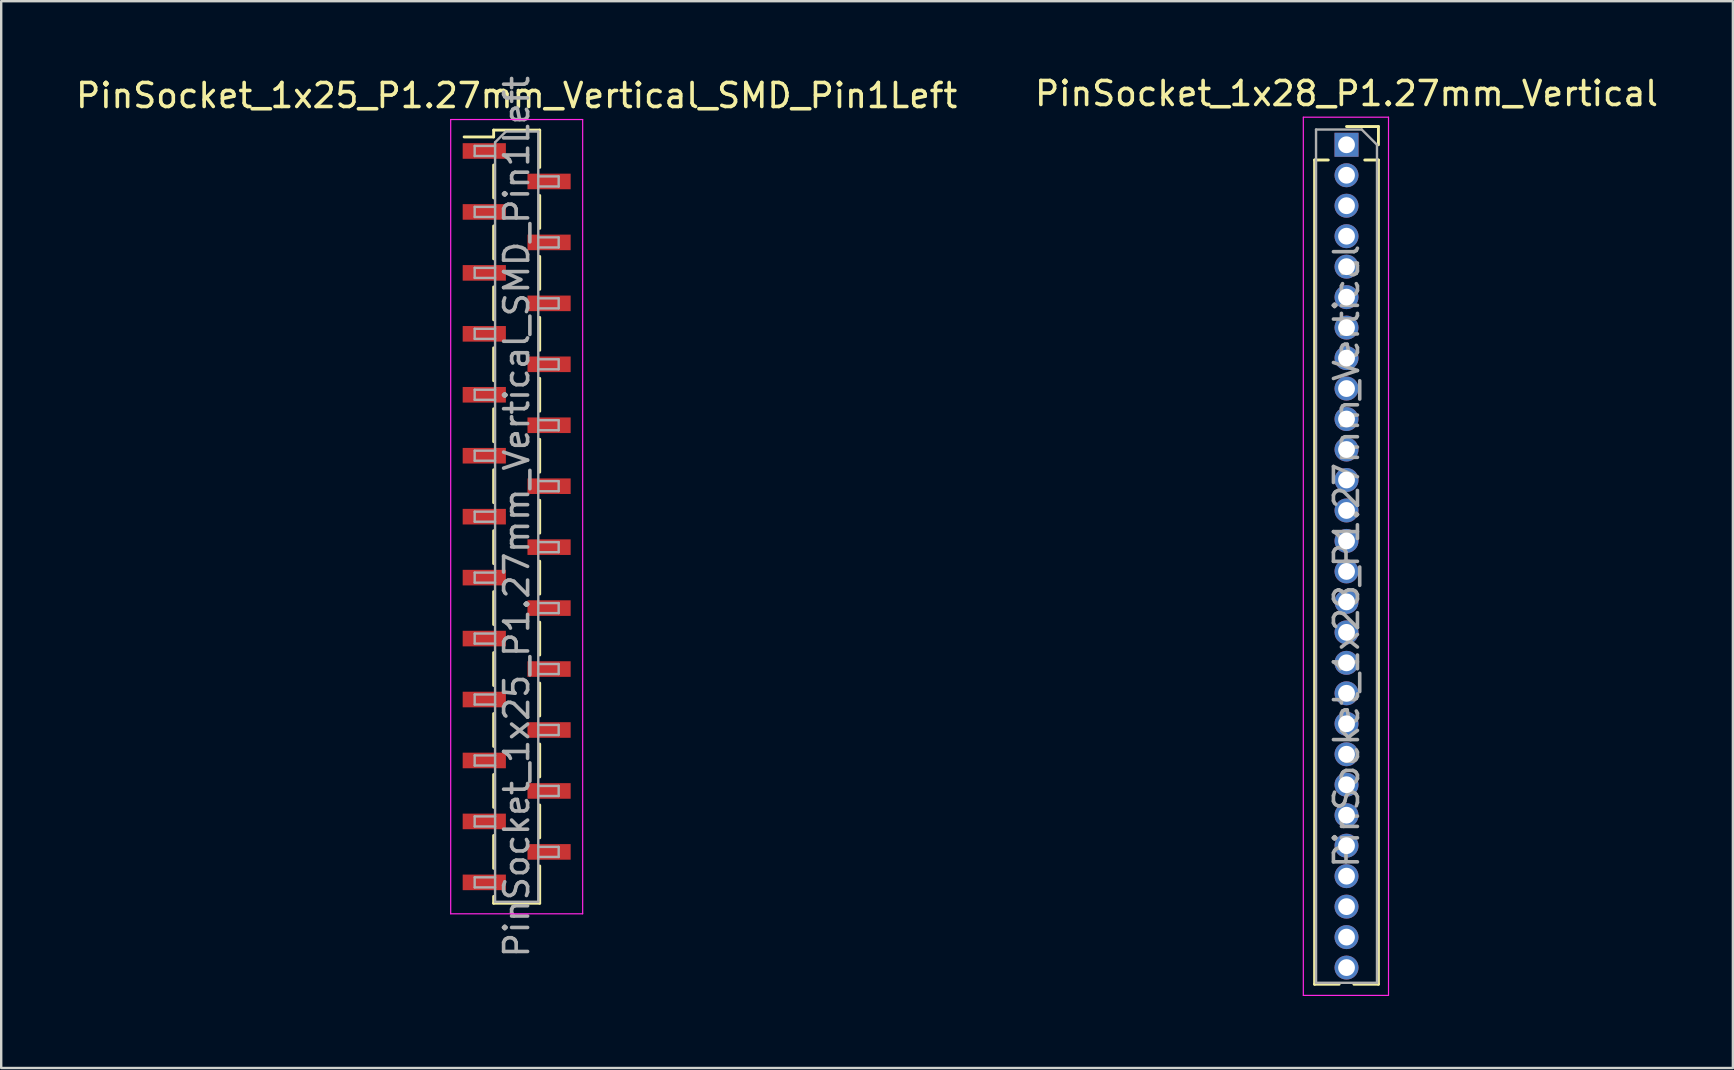
<source format=kicad_pcb>
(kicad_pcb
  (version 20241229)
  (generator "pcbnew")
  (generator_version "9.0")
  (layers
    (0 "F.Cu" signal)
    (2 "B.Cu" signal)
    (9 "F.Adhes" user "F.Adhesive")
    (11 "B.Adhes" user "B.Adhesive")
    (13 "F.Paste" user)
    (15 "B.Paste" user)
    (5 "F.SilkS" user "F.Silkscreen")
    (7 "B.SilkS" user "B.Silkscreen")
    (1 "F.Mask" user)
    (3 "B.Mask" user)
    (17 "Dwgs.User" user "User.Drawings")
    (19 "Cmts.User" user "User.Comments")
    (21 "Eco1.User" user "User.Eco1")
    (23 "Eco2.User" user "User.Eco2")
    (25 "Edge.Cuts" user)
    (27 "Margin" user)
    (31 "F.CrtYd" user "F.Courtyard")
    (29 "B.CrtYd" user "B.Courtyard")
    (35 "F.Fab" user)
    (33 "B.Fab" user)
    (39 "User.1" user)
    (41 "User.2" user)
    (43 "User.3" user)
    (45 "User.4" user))
  (footprint "PinSocket_1x25_P1.27mm_Vertical_SMD_Pin1Left"
    (layer "F.Cu")
    (at 18.482 18.482)
    (property "Reference" "PinSocket_1x25_P1.27mm_Vertical_SMD_Pin1Left" (at 0 -17.55 0) (layer "F.SilkS") (effects (font (size 1 1) (thickness 0.15))))
    (attr smd)
    (fp_line (start -2.19 -15.825) (end -0.96 -15.825) (stroke (width 0.12) (type solid)) (layer "F.SilkS"))
    (fp_line (start -0.96 -16.11) (end -0.96 -15.825) (stroke (width 0.12) (type solid)) (layer "F.SilkS"))
    (fp_line (start -0.96 -16.11) (end 0.96 -16.11) (stroke (width 0.12) (type solid)) (layer "F.SilkS"))
    (fp_line (start -0.96 -14.655) (end -0.96 -13.285) (stroke (width 0.12) (type solid)) (layer "F.SilkS"))
    (fp_line (start -0.96 -12.115) (end -0.96 -10.745) (stroke (width 0.12) (type solid)) (layer "F.SilkS"))
    (fp_line (start -0.96 -9.575) (end -0.96 -8.205) (stroke (width 0.12) (type solid)) (layer "F.SilkS"))
    (fp_line (start -0.96 -7.035) (end -0.96 -5.665) (stroke (width 0.12) (type solid)) (layer "F.SilkS"))
    (fp_line (start -0.96 -4.495) (end -0.96 -3.125) (stroke (width 0.12) (type solid)) (layer "F.SilkS"))
    (fp_line (start -0.96 -1.955) (end -0.96 -0.585) (stroke (width 0.12) (type solid)) (layer "F.SilkS"))
    (fp_line (start -0.96 0.585) (end -0.96 1.955) (stroke (width 0.12) (type solid)) (layer "F.SilkS"))
    (fp_line (start -0.96 3.125) (end -0.96 4.495) (stroke (width 0.12) (type solid)) (layer "F.SilkS"))
    (fp_line (start -0.96 5.665) (end -0.96 7.035) (stroke (width 0.12) (type solid)) (layer "F.SilkS"))
    (fp_line (start -0.96 8.205) (end -0.96 9.575) (stroke (width 0.12) (type solid)) (layer "F.SilkS"))
    (fp_line (start -0.96 10.745) (end -0.96 12.115) (stroke (width 0.12) (type solid)) (layer "F.SilkS"))
    (fp_line (start -0.96 13.285) (end -0.96 14.655) (stroke (width 0.12) (type solid)) (layer "F.SilkS"))
    (fp_line (start -0.96 15.825) (end -0.96 16.11) (stroke (width 0.12) (type solid)) (layer "F.SilkS"))
    (fp_line (start -0.96 16.11) (end 0.96 16.11) (stroke (width 0.12) (type solid)) (layer "F.SilkS"))
    (fp_line (start 0.96 -16.11) (end 0.96 -14.555) (stroke (width 0.12) (type solid)) (layer "F.SilkS"))
    (fp_line (start 0.96 -13.385) (end 0.96 -12.015) (stroke (width 0.12) (type solid)) (layer "F.SilkS"))
    (fp_line (start 0.96 -10.845) (end 0.96 -9.475) (stroke (width 0.12) (type solid)) (layer "F.SilkS"))
    (fp_line (start 0.96 -8.305) (end 0.96 -6.935) (stroke (width 0.12) (type solid)) (layer "F.SilkS"))
    (fp_line (start 0.96 -5.765) (end 0.96 -4.395) (stroke (width 0.12) (type solid)) (layer "F.SilkS"))
    (fp_line (start 0.96 -3.225) (end 0.96 -1.855) (stroke (width 0.12) (type solid)) (layer "F.SilkS"))
    (fp_line (start 0.96 -0.685) (end 0.96 0.685) (stroke (width 0.12) (type solid)) (layer "F.SilkS"))
    (fp_line (start 0.96 1.855) (end 0.96 3.225) (stroke (width 0.12) (type solid)) (layer "F.SilkS"))
    (fp_line (start 0.96 4.395) (end 0.96 5.765) (stroke (width 0.12) (type solid)) (layer "F.SilkS"))
    (fp_line (start 0.96 6.935) (end 0.96 8.305) (stroke (width 0.12) (type solid)) (layer "F.SilkS"))
    (fp_line (start 0.96 9.475) (end 0.96 10.845) (stroke (width 0.12) (type solid)) (layer "F.SilkS"))
    (fp_line (start 0.96 12.015) (end 0.96 13.385) (stroke (width 0.12) (type solid)) (layer "F.SilkS"))
    (fp_line (start 0.96 14.555) (end 0.96 16.11) (stroke (width 0.12) (type solid)) (layer "F.SilkS"))
    (fp_line (start -2.75 -16.55) (end 2.75 -16.55) (stroke (width 0.05) (type solid)) (layer "F.CrtYd"))
    (fp_line (start -2.75 16.55) (end -2.75 -16.55) (stroke (width 0.05) (type solid)) (layer "F.CrtYd"))
    (fp_line (start 2.75 -16.55) (end 2.75 16.55) (stroke (width 0.05) (type solid)) (layer "F.CrtYd"))
    (fp_line (start 2.75 16.55) (end -2.75 16.55) (stroke (width 0.05) (type solid)) (layer "F.CrtYd"))
    (fp_line (start -1.75 -15.45) (end -0.9 -15.45) (stroke (width 0.1) (type solid)) (layer "F.Fab"))
    (fp_line (start -1.75 -15.03) (end -1.75 -15.45) (stroke (width 0.1) (type solid)) (layer "F.Fab"))
    (fp_line (start -1.75 -12.91) (end -0.9 -12.91) (stroke (width 0.1) (type solid)) (layer "F.Fab"))
    (fp_line (start -1.75 -12.49) (end -1.75 -12.91) (stroke (width 0.1) (type solid)) (layer "F.Fab"))
    (fp_line (start -1.75 -10.37) (end -0.9 -10.37) (stroke (width 0.1) (type solid)) (layer "F.Fab"))
    (fp_line (start -1.75 -9.95) (end -1.75 -10.37) (stroke (width 0.1) (type solid)) (layer "F.Fab"))
    (fp_line (start -1.75 -7.83) (end -0.9 -7.83) (stroke (width 0.1) (type solid)) (layer "F.Fab"))
    (fp_line (start -1.75 -7.41) (end -1.75 -7.83) (stroke (width 0.1) (type solid)) (layer "F.Fab"))
    (fp_line (start -1.75 -5.29) (end -0.9 -5.29) (stroke (width 0.1) (type solid)) (layer "F.Fab"))
    (fp_line (start -1.75 -4.87) (end -1.75 -5.29) (stroke (width 0.1) (type solid)) (layer "F.Fab"))
    (fp_line (start -1.75 -2.75) (end -0.9 -2.75) (stroke (width 0.1) (type solid)) (layer "F.Fab"))
    (fp_line (start -1.75 -2.33) (end -1.75 -2.75) (stroke (width 0.1) (type solid)) (layer "F.Fab"))
    (fp_line (start -1.75 -0.21) (end -0.9 -0.21) (stroke (width 0.1) (type solid)) (layer "F.Fab"))
    (fp_line (start -1.75 0.21) (end -1.75 -0.21) (stroke (width 0.1) (type solid)) (layer "F.Fab"))
    (fp_line (start -1.75 2.33) (end -0.9 2.33) (stroke (width 0.1) (type solid)) (layer "F.Fab"))
    (fp_line (start -1.75 2.75) (end -1.75 2.33) (stroke (width 0.1) (type solid)) (layer "F.Fab"))
    (fp_line (start -1.75 4.87) (end -0.9 4.87) (stroke (width 0.1) (type solid)) (layer "F.Fab"))
    (fp_line (start -1.75 5.29) (end -1.75 4.87) (stroke (width 0.1) (type solid)) (layer "F.Fab"))
    (fp_line (start -1.75 7.41) (end -0.9 7.41) (stroke (width 0.1) (type solid)) (layer "F.Fab"))
    (fp_line (start -1.75 7.83) (end -1.75 7.41) (stroke (width 0.1) (type solid)) (layer "F.Fab"))
    (fp_line (start -1.75 9.95) (end -0.9 9.95) (stroke (width 0.1) (type solid)) (layer "F.Fab"))
    (fp_line (start -1.75 10.37) (end -1.75 9.95) (stroke (width 0.1) (type solid)) (layer "F.Fab"))
    (fp_line (start -1.75 12.49) (end -0.9 12.49) (stroke (width 0.1) (type solid)) (layer "F.Fab"))
    (fp_line (start -1.75 12.91) (end -1.75 12.49) (stroke (width 0.1) (type solid)) (layer "F.Fab"))
    (fp_line (start -1.75 15.03) (end -0.9 15.03) (stroke (width 0.1) (type solid)) (layer "F.Fab"))
    (fp_line (start -1.75 15.45) (end -1.75 15.03) (stroke (width 0.1) (type solid)) (layer "F.Fab"))
    (fp_line (start -0.9 -15.6) (end -0.45 -16.05) (stroke (width 0.1) (type solid)) (layer "F.Fab"))
    (fp_line (start -0.9 -15.03) (end -1.75 -15.03) (stroke (width 0.1) (type solid)) (layer "F.Fab"))
    (fp_line (start -0.9 -12.49) (end -1.75 -12.49) (stroke (width 0.1) (type solid)) (layer "F.Fab"))
    (fp_line (start -0.9 -9.95) (end -1.75 -9.95) (stroke (width 0.1) (type solid)) (layer "F.Fab"))
    (fp_line (start -0.9 -7.41) (end -1.75 -7.41) (stroke (width 0.1) (type solid)) (layer "F.Fab"))
    (fp_line (start -0.9 -4.87) (end -1.75 -4.87) (stroke (width 0.1) (type solid)) (layer "F.Fab"))
    (fp_line (start -0.9 -2.33) (end -1.75 -2.33) (stroke (width 0.1) (type solid)) (layer "F.Fab"))
    (fp_line (start -0.9 0.21) (end -1.75 0.21) (stroke (width 0.1) (type solid)) (layer "F.Fab"))
    (fp_line (start -0.9 2.75) (end -1.75 2.75) (stroke (width 0.1) (type solid)) (layer "F.Fab"))
    (fp_line (start -0.9 5.29) (end -1.75 5.29) (stroke (width 0.1) (type solid)) (layer "F.Fab"))
    (fp_line (start -0.9 7.83) (end -1.75 7.83) (stroke (width 0.1) (type solid)) (layer "F.Fab"))
    (fp_line (start -0.9 10.37) (end -1.75 10.37) (stroke (width 0.1) (type solid)) (layer "F.Fab"))
    (fp_line (start -0.9 12.91) (end -1.75 12.91) (stroke (width 0.1) (type solid)) (layer "F.Fab"))
    (fp_line (start -0.9 15.45) (end -1.75 15.45) (stroke (width 0.1) (type solid)) (layer "F.Fab"))
    (fp_line (start -0.9 16.05) (end -0.9 -15.6) (stroke (width 0.1) (type solid)) (layer "F.Fab"))
    (fp_line (start -0.45 -16.05) (end 0.9 -16.05) (stroke (width 0.1) (type solid)) (layer "F.Fab"))
    (fp_line (start 0.9 -16.05) (end 0.9 16.05) (stroke (width 0.1) (type solid)) (layer "F.Fab"))
    (fp_line (start 0.9 -14.18) (end 1.75 -14.18) (stroke (width 0.1) (type solid)) (layer "F.Fab"))
    (fp_line (start 0.9 -11.64) (end 1.75 -11.64) (stroke (width 0.1) (type solid)) (layer "F.Fab"))
    (fp_line (start 0.9 -9.1) (end 1.75 -9.1) (stroke (width 0.1) (type solid)) (layer "F.Fab"))
    (fp_line (start 0.9 -6.56) (end 1.75 -6.56) (stroke (width 0.1) (type solid)) (layer "F.Fab"))
    (fp_line (start 0.9 -4.02) (end 1.75 -4.02) (stroke (width 0.1) (type solid)) (layer "F.Fab"))
    (fp_line (start 0.9 -1.48) (end 1.75 -1.48) (stroke (width 0.1) (type solid)) (layer "F.Fab"))
    (fp_line (start 0.9 1.06) (end 1.75 1.06) (stroke (width 0.1) (type solid)) (layer "F.Fab"))
    (fp_line (start 0.9 3.6) (end 1.75 3.6) (stroke (width 0.1) (type solid)) (layer "F.Fab"))
    (fp_line (start 0.9 6.14) (end 1.75 6.14) (stroke (width 0.1) (type solid)) (layer "F.Fab"))
    (fp_line (start 0.9 8.68) (end 1.75 8.68) (stroke (width 0.1) (type solid)) (layer "F.Fab"))
    (fp_line (start 0.9 11.22) (end 1.75 11.22) (stroke (width 0.1) (type solid)) (layer "F.Fab"))
    (fp_line (start 0.9 13.76) (end 1.75 13.76) (stroke (width 0.1) (type solid)) (layer "F.Fab"))
    (fp_line (start 0.9 16.05) (end -0.9 16.05) (stroke (width 0.1) (type solid)) (layer "F.Fab"))
    (fp_line (start 1.75 -14.18) (end 1.75 -13.76) (stroke (width 0.1) (type solid)) (layer "F.Fab"))
    (fp_line (start 1.75 -13.76) (end 0.9 -13.76) (stroke (width 0.1) (type solid)) (layer "F.Fab"))
    (fp_line (start 1.75 -11.64) (end 1.75 -11.22) (stroke (width 0.1) (type solid)) (layer "F.Fab"))
    (fp_line (start 1.75 -11.22) (end 0.9 -11.22) (stroke (width 0.1) (type solid)) (layer "F.Fab"))
    (fp_line (start 1.75 -9.1) (end 1.75 -8.68) (stroke (width 0.1) (type solid)) (layer "F.Fab"))
    (fp_line (start 1.75 -8.68) (end 0.9 -8.68) (stroke (width 0.1) (type solid)) (layer "F.Fab"))
    (fp_line (start 1.75 -6.56) (end 1.75 -6.14) (stroke (width 0.1) (type solid)) (layer "F.Fab"))
    (fp_line (start 1.75 -6.14) (end 0.9 -6.14) (stroke (width 0.1) (type solid)) (layer "F.Fab"))
    (fp_line (start 1.75 -4.02) (end 1.75 -3.6) (stroke (width 0.1) (type solid)) (layer "F.Fab"))
    (fp_line (start 1.75 -3.6) (end 0.9 -3.6) (stroke (width 0.1) (type solid)) (layer "F.Fab"))
    (fp_line (start 1.75 -1.48) (end 1.75 -1.06) (stroke (width 0.1) (type solid)) (layer "F.Fab"))
    (fp_line (start 1.75 -1.06) (end 0.9 -1.06) (stroke (width 0.1) (type solid)) (layer "F.Fab"))
    (fp_line (start 1.75 1.06) (end 1.75 1.48) (stroke (width 0.1) (type solid)) (layer "F.Fab"))
    (fp_line (start 1.75 1.48) (end 0.9 1.48) (stroke (width 0.1) (type solid)) (layer "F.Fab"))
    (fp_line (start 1.75 3.6) (end 1.75 4.02) (stroke (width 0.1) (type solid)) (layer "F.Fab"))
    (fp_line (start 1.75 4.02) (end 0.9 4.02) (stroke (width 0.1) (type solid)) (layer "F.Fab"))
    (fp_line (start 1.75 6.14) (end 1.75 6.56) (stroke (width 0.1) (type solid)) (layer "F.Fab"))
    (fp_line (start 1.75 6.56) (end 0.9 6.56) (stroke (width 0.1) (type solid)) (layer "F.Fab"))
    (fp_line (start 1.75 8.68) (end 1.75 9.1) (stroke (width 0.1) (type solid)) (layer "F.Fab"))
    (fp_line (start 1.75 9.1) (end 0.9 9.1) (stroke (width 0.1) (type solid)) (layer "F.Fab"))
    (fp_line (start 1.75 11.22) (end 1.75 11.64) (stroke (width 0.1) (type solid)) (layer "F.Fab"))
    (fp_line (start 1.75 11.64) (end 0.9 11.64) (stroke (width 0.1) (type solid)) (layer "F.Fab"))
    (fp_line (start 1.75 13.76) (end 1.75 14.18) (stroke (width 0.1) (type solid)) (layer "F.Fab"))
    (fp_line (start 1.75 14.18) (end 0.9 14.18) (stroke (width 0.1) (type solid)) (layer "F.Fab"))
    (fp_text user "${REFERENCE}" (at 0 0 90) (layer "F.Fab") (effects (font (size 1 1) (thickness 0.15))))
    (pad "1" smd rect (at -1.35 -15.24) (size 1.8 0.65) (layers "F.Cu" "F.Mask" "F.Paste"))
    (pad "2" smd rect (at 1.35 -13.97) (size 1.8 0.65) (layers "F.Cu" "F.Mask" "F.Paste"))
    (pad "3" smd rect (at -1.35 -12.7) (size 1.8 0.65) (layers "F.Cu" "F.Mask" "F.Paste"))
    (pad "4" smd rect (at 1.35 -11.43) (size 1.8 0.65) (layers "F.Cu" "F.Mask" "F.Paste"))
    (pad "5" smd rect (at -1.35 -10.16) (size 1.8 0.65) (layers "F.Cu" "F.Mask" "F.Paste"))
    (pad "6" smd rect (at 1.35 -8.89) (size 1.8 0.65) (layers "F.Cu" "F.Mask" "F.Paste"))
    (pad "7" smd rect (at -1.35 -7.62) (size 1.8 0.65) (layers "F.Cu" "F.Mask" "F.Paste"))
    (pad "8" smd rect (at 1.35 -6.35) (size 1.8 0.65) (layers "F.Cu" "F.Mask" "F.Paste"))
    (pad "9" smd rect (at -1.35 -5.08) (size 1.8 0.65) (layers "F.Cu" "F.Mask" "F.Paste"))
    (pad "10" smd rect (at 1.35 -3.81) (size 1.8 0.65) (layers "F.Cu" "F.Mask" "F.Paste"))
    (pad "11" smd rect (at -1.35 -2.54) (size 1.8 0.65) (layers "F.Cu" "F.Mask" "F.Paste"))
    (pad "12" smd rect (at 1.35 -1.27) (size 1.8 0.65) (layers "F.Cu" "F.Mask" "F.Paste"))
    (pad "13" smd rect (at -1.35 0) (size 1.8 0.65) (layers "F.Cu" "F.Mask" "F.Paste"))
    (pad "14" smd rect (at 1.35 1.27) (size 1.8 0.65) (layers "F.Cu" "F.Mask" "F.Paste"))
    (pad "15" smd rect (at -1.35 2.54) (size 1.8 0.65) (layers "F.Cu" "F.Mask" "F.Paste"))
    (pad "16" smd rect (at 1.35 3.81) (size 1.8 0.65) (layers "F.Cu" "F.Mask" "F.Paste"))
    (pad "17" smd rect (at -1.35 5.08) (size 1.8 0.65) (layers "F.Cu" "F.Mask" "F.Paste"))
    (pad "18" smd rect (at 1.35 6.35) (size 1.8 0.65) (layers "F.Cu" "F.Mask" "F.Paste"))
    (pad "19" smd rect (at -1.35 7.62) (size 1.8 0.65) (layers "F.Cu" "F.Mask" "F.Paste"))
    (pad "20" smd rect (at 1.35 8.89) (size 1.8 0.65) (layers "F.Cu" "F.Mask" "F.Paste"))
    (pad "21" smd rect (at -1.35 10.16) (size 1.8 0.65) (layers "F.Cu" "F.Mask" "F.Paste"))
    (pad "22" smd rect (at 1.35 11.43) (size 1.8 0.65) (layers "F.Cu" "F.Mask" "F.Paste"))
    (pad "23" smd rect (at -1.35 12.7) (size 1.8 0.65) (layers "F.Cu" "F.Mask" "F.Paste"))
    (pad "24" smd rect (at 1.35 13.97) (size 1.8 0.65) (layers "F.Cu" "F.Mask" "F.Paste"))
    (pad "25" smd rect (at -1.35 15.24) (size 1.8 0.65) (layers "F.Cu" "F.Mask" "F.Paste")))
  (footprint "PinSocket_1x28_P1.27mm_Vertical"
    (layer "F.Cu")
    (at 53.065 2.983)
    (property "Reference" "PinSocket_1x28_P1.27mm_Vertical" (at 0 -2.135 0) (layer "F.SilkS") (effects (font (size 1 1) (thickness 0.15))))
    (attr through_hole)
    (fp_line (start -1.33 0.635) (end -1.33 34.985) (stroke (width 0.12) (type solid)) (layer "F.SilkS"))
    (fp_line (start -1.33 0.635) (end -0.76 0.635) (stroke (width 0.12) (type solid)) (layer "F.SilkS"))
    (fp_line (start -1.33 34.985) (end -0.308 34.985) (stroke (width 0.12) (type solid)) (layer "F.SilkS"))
    (fp_line (start 0 -0.76) (end 1.33 -0.76) (stroke (width 0.12) (type solid)) (layer "F.SilkS"))
    (fp_line (start 0.308 34.985) (end 1.33 34.985) (stroke (width 0.12) (type solid)) (layer "F.SilkS"))
    (fp_line (start 0.76 0.635) (end 1.33 0.635) (stroke (width 0.12) (type solid)) (layer "F.SilkS"))
    (fp_line (start 1.33 -0.76) (end 1.33 0) (stroke (width 0.12) (type solid)) (layer "F.SilkS"))
    (fp_line (start 1.33 0.635) (end 1.33 34.985) (stroke (width 0.12) (type solid)) (layer "F.SilkS"))
    (fp_line (start -1.8 -1.15) (end 1.75 -1.15) (stroke (width 0.05) (type solid)) (layer "F.CrtYd"))
    (fp_line (start -1.8 35.45) (end -1.8 -1.15) (stroke (width 0.05) (type solid)) (layer "F.CrtYd"))
    (fp_line (start 1.75 -1.15) (end 1.75 35.45) (stroke (width 0.05) (type solid)) (layer "F.CrtYd"))
    (fp_line (start 1.75 35.45) (end -1.8 35.45) (stroke (width 0.05) (type solid)) (layer "F.CrtYd"))
    (fp_line (start -1.27 -0.635) (end 0.635 -0.635) (stroke (width 0.1) (type solid)) (layer "F.Fab"))
    (fp_line (start -1.27 34.925) (end -1.27 -0.635) (stroke (width 0.1) (type solid)) (layer "F.Fab"))
    (fp_line (start 0.635 -0.635) (end 1.27 0) (stroke (width 0.1) (type solid)) (layer "F.Fab"))
    (fp_line (start 1.27 0) (end 1.27 34.925) (stroke (width 0.1) (type solid)) (layer "F.Fab"))
    (fp_line (start 1.27 34.925) (end -1.27 34.925) (stroke (width 0.1) (type solid)) (layer "F.Fab"))
    (fp_text user "${REFERENCE}" (at 0 17.145 90) (layer "F.Fab") (effects (font (size 1 1) (thickness 0.15))))
    (pad "1" thru_hole rect (at 0 0) (size 1 1) (drill 0.7) (layers "*.Cu" "*.Mask"))
    (pad "2" thru_hole circle (at 0 1.27) (size 1 1) (drill 0.7) (layers "*.Cu" "*.Mask"))
    (pad "3" thru_hole circle (at 0 2.54) (size 1 1) (drill 0.7) (layers "*.Cu" "*.Mask"))
    (pad "4" thru_hole circle (at 0 3.81) (size 1 1) (drill 0.7) (layers "*.Cu" "*.Mask"))
    (pad "5" thru_hole circle (at 0 5.08) (size 1 1) (drill 0.7) (layers "*.Cu" "*.Mask"))
    (pad "6" thru_hole circle (at 0 6.35) (size 1 1) (drill 0.7) (layers "*.Cu" "*.Mask"))
    (pad "7" thru_hole circle (at 0 7.62) (size 1 1) (drill 0.7) (layers "*.Cu" "*.Mask"))
    (pad "8" thru_hole circle (at 0 8.89) (size 1 1) (drill 0.7) (layers "*.Cu" "*.Mask"))
    (pad "9" thru_hole circle (at 0 10.16) (size 1 1) (drill 0.7) (layers "*.Cu" "*.Mask"))
    (pad "10" thru_hole circle (at 0 11.43) (size 1 1) (drill 0.7) (layers "*.Cu" "*.Mask"))
    (pad "11" thru_hole circle (at 0 12.7) (size 1 1) (drill 0.7) (layers "*.Cu" "*.Mask"))
    (pad "12" thru_hole circle (at 0 13.97) (size 1 1) (drill 0.7) (layers "*.Cu" "*.Mask"))
    (pad "13" thru_hole circle (at 0 15.24) (size 1 1) (drill 0.7) (layers "*.Cu" "*.Mask"))
    (pad "14" thru_hole circle (at 0 16.51) (size 1 1) (drill 0.7) (layers "*.Cu" "*.Mask"))
    (pad "15" thru_hole circle (at 0 17.78) (size 1 1) (drill 0.7) (layers "*.Cu" "*.Mask"))
    (pad "16" thru_hole circle (at 0 19.05) (size 1 1) (drill 0.7) (layers "*.Cu" "*.Mask"))
    (pad "17" thru_hole circle (at 0 20.32) (size 1 1) (drill 0.7) (layers "*.Cu" "*.Mask"))
    (pad "18" thru_hole circle (at 0 21.59) (size 1 1) (drill 0.7) (layers "*.Cu" "*.Mask"))
    (pad "19" thru_hole circle (at 0 22.86) (size 1 1) (drill 0.7) (layers "*.Cu" "*.Mask"))
    (pad "20" thru_hole circle (at 0 24.13) (size 1 1) (drill 0.7) (layers "*.Cu" "*.Mask"))
    (pad "21" thru_hole circle (at 0 25.4) (size 1 1) (drill 0.7) (layers "*.Cu" "*.Mask"))
    (pad "22" thru_hole circle (at 0 26.67) (size 1 1) (drill 0.7) (layers "*.Cu" "*.Mask"))
    (pad "23" thru_hole circle (at 0 27.94) (size 1 1) (drill 0.7) (layers "*.Cu" "*.Mask"))
    (pad "24" thru_hole circle (at 0 29.21) (size 1 1) (drill 0.7) (layers "*.Cu" "*.Mask"))
    (pad "25" thru_hole circle (at 0 30.48) (size 1 1) (drill 0.7) (layers "*.Cu" "*.Mask"))
    (pad "26" thru_hole circle (at 0 31.75) (size 1 1) (drill 0.7) (layers "*.Cu" "*.Mask"))
    (pad "27" thru_hole circle (at 0 33.02) (size 1 1) (drill 0.7) (layers "*.Cu" "*.Mask"))
    (pad "28" thru_hole circle (at 0 34.29) (size 1 1) (drill 0.7) (layers "*.Cu" "*.Mask")))
  (gr_rect
    (start -3 -3)
    (end 69.167 41.458)
    (stroke (width 0.1) (type default))
    (fill no)
    (layer "Edge.Cuts")))
</source>
